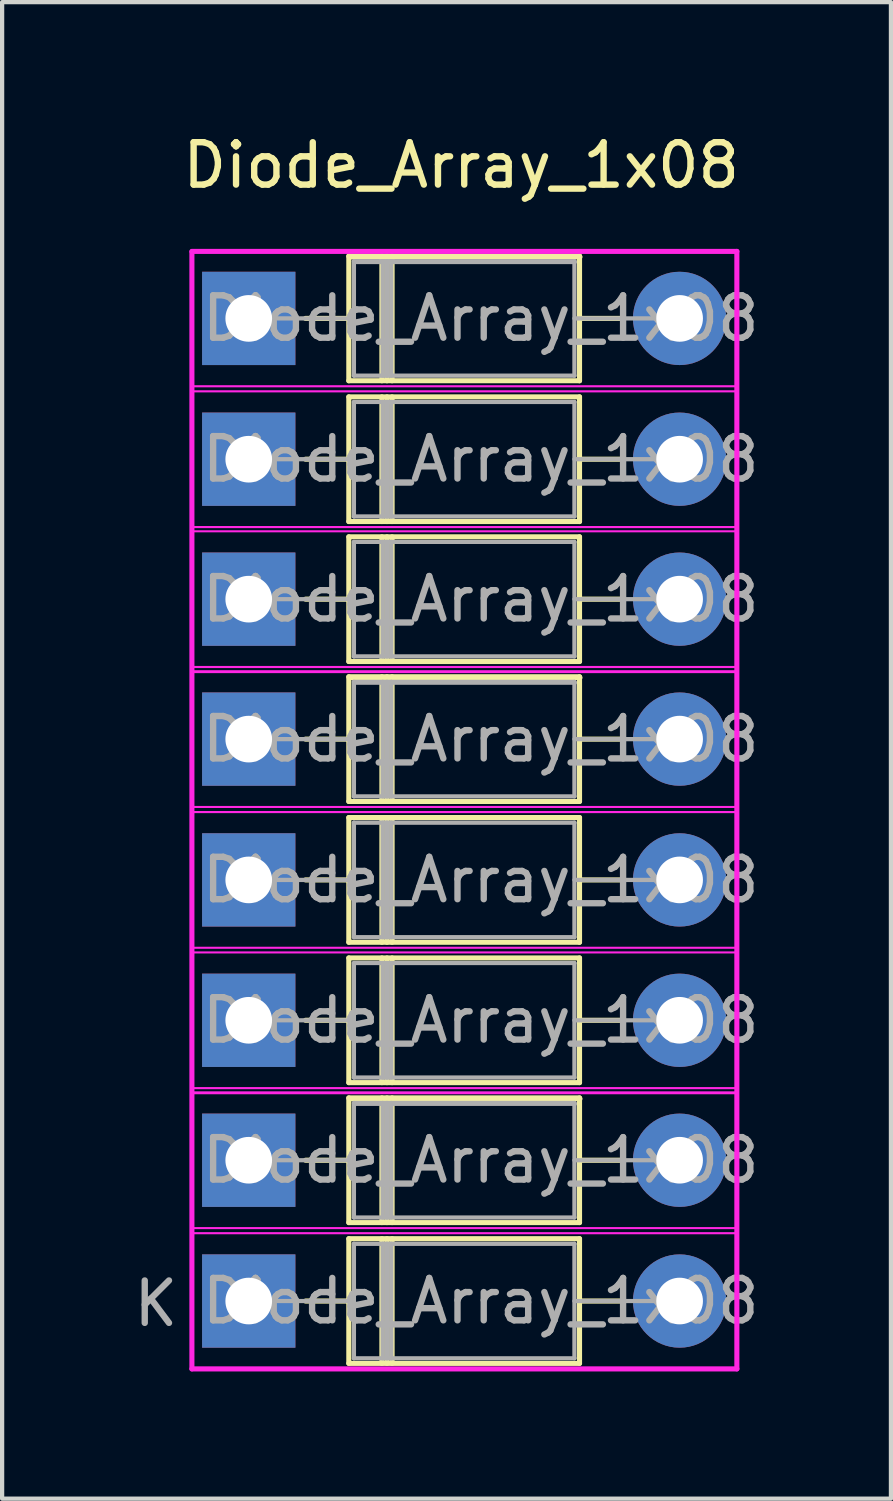
<source format=kicad_pcb>
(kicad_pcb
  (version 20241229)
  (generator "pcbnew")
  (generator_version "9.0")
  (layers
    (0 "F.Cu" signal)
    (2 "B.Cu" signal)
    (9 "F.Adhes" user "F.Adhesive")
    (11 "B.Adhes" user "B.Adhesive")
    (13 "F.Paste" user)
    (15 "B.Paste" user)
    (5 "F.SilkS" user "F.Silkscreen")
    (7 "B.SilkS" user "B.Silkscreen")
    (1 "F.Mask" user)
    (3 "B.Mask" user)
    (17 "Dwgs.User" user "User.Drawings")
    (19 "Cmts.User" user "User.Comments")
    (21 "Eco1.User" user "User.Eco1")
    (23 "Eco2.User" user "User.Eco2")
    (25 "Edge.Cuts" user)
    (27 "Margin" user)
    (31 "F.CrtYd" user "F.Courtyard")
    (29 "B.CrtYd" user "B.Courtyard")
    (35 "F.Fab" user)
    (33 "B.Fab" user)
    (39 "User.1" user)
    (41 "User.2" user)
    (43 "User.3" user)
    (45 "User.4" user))
  (footprint "Diode_Array_1x08"
    (layer "F.Cu")
    (at 7.805 14.788)
    (property "Reference" "Diode_Array_1x08" (at 0.02 -13.94 0) (layer "F.SilkS") (effects (font (size 1 1) (thickness 0.15))))
    (attr through_hole)
    (fp_line (start -3.65 -10.33) (end -2.63 -10.33) (stroke (width 0.12) (type solid)) (layer "F.SilkS"))
    (fp_line (start -3.65 -7.01) (end -2.63 -7.01) (stroke (width 0.12) (type solid)) (layer "F.SilkS"))
    (fp_line (start -3.65 -3.71) (end -2.63 -3.71) (stroke (width 0.12) (type solid)) (layer "F.SilkS"))
    (fp_line (start -3.65 -0.41) (end -2.63 -0.41) (stroke (width 0.12) (type solid)) (layer "F.SilkS"))
    (fp_line (start -3.65 2.91) (end -2.63 2.91) (stroke (width 0.12) (type solid)) (layer "F.SilkS"))
    (fp_line (start -3.65 6.22) (end -2.63 6.22) (stroke (width 0.12) (type solid)) (layer "F.SilkS"))
    (fp_line (start -3.65 9.52) (end -2.63 9.52) (stroke (width 0.12) (type solid)) (layer "F.SilkS"))
    (fp_line (start -3.65 12.84) (end -2.63 12.84) (stroke (width 0.12) (type solid)) (layer "F.SilkS"))
    (fp_line (start -2.63 -11.8) (end -2.63 -8.86) (stroke (width 0.12) (type solid)) (layer "F.SilkS"))
    (fp_line (start -2.63 -8.86) (end 2.81 -8.86) (stroke (width 0.12) (type solid)) (layer "F.SilkS"))
    (fp_line (start -2.63 -8.48) (end -2.63 -5.54) (stroke (width 0.12) (type solid)) (layer "F.SilkS"))
    (fp_line (start -2.63 -5.54) (end 2.81 -5.54) (stroke (width 0.12) (type solid)) (layer "F.SilkS"))
    (fp_line (start -2.63 -5.18) (end -2.63 -2.24) (stroke (width 0.12) (type solid)) (layer "F.SilkS"))
    (fp_line (start -2.63 -2.24) (end 2.81 -2.24) (stroke (width 0.12) (type solid)) (layer "F.SilkS"))
    (fp_line (start -2.63 -1.88) (end -2.63 1.06) (stroke (width 0.12) (type solid)) (layer "F.SilkS"))
    (fp_line (start -2.63 1.06) (end 2.81 1.06) (stroke (width 0.12) (type solid)) (layer "F.SilkS"))
    (fp_line (start -2.63 1.44) (end -2.63 4.38) (stroke (width 0.12) (type solid)) (layer "F.SilkS"))
    (fp_line (start -2.63 4.38) (end 2.81 4.38) (stroke (width 0.12) (type solid)) (layer "F.SilkS"))
    (fp_line (start -2.63 4.75) (end -2.63 7.69) (stroke (width 0.12) (type solid)) (layer "F.SilkS"))
    (fp_line (start -2.63 7.69) (end 2.81 7.69) (stroke (width 0.12) (type solid)) (layer "F.SilkS"))
    (fp_line (start -2.63 8.05) (end -2.63 10.99) (stroke (width 0.12) (type solid)) (layer "F.SilkS"))
    (fp_line (start -2.63 10.99) (end 2.81 10.99) (stroke (width 0.12) (type solid)) (layer "F.SilkS"))
    (fp_line (start -2.63 11.37) (end -2.63 14.31) (stroke (width 0.12) (type solid)) (layer "F.SilkS"))
    (fp_line (start -2.63 14.31) (end 2.81 14.31) (stroke (width 0.12) (type solid)) (layer "F.SilkS"))
    (fp_line (start -1.85 -11.8) (end -1.85 -8.86) (stroke (width 0.12) (type solid)) (layer "F.SilkS"))
    (fp_line (start -1.85 -8.48) (end -1.85 -5.54) (stroke (width 0.12) (type solid)) (layer "F.SilkS"))
    (fp_line (start -1.85 -5.18) (end -1.85 -2.24) (stroke (width 0.12) (type solid)) (layer "F.SilkS"))
    (fp_line (start -1.85 -1.88) (end -1.85 1.06) (stroke (width 0.12) (type solid)) (layer "F.SilkS"))
    (fp_line (start -1.85 1.44) (end -1.85 4.38) (stroke (width 0.12) (type solid)) (layer "F.SilkS"))
    (fp_line (start -1.85 4.75) (end -1.85 7.69) (stroke (width 0.12) (type solid)) (layer "F.SilkS"))
    (fp_line (start -1.85 8.05) (end -1.85 10.99) (stroke (width 0.12) (type solid)) (layer "F.SilkS"))
    (fp_line (start -1.85 11.37) (end -1.85 14.31) (stroke (width 0.12) (type solid)) (layer "F.SilkS"))
    (fp_line (start -1.73 -11.8) (end -1.73 -8.86) (stroke (width 0.12) (type solid)) (layer "F.SilkS"))
    (fp_line (start -1.73 -8.48) (end -1.73 -5.54) (stroke (width 0.12) (type solid)) (layer "F.SilkS"))
    (fp_line (start -1.73 -5.18) (end -1.73 -2.24) (stroke (width 0.12) (type solid)) (layer "F.SilkS"))
    (fp_line (start -1.73 -1.88) (end -1.73 1.06) (stroke (width 0.12) (type solid)) (layer "F.SilkS"))
    (fp_line (start -1.73 1.44) (end -1.73 4.38) (stroke (width 0.12) (type solid)) (layer "F.SilkS"))
    (fp_line (start -1.73 4.75) (end -1.73 7.69) (stroke (width 0.12) (type solid)) (layer "F.SilkS"))
    (fp_line (start -1.73 8.05) (end -1.73 10.99) (stroke (width 0.12) (type solid)) (layer "F.SilkS"))
    (fp_line (start -1.73 11.37) (end -1.73 14.31) (stroke (width 0.12) (type solid)) (layer "F.SilkS"))
    (fp_line (start -1.61 -11.8) (end -1.61 -8.86) (stroke (width 0.12) (type solid)) (layer "F.SilkS"))
    (fp_line (start -1.61 -8.48) (end -1.61 -5.54) (stroke (width 0.12) (type solid)) (layer "F.SilkS"))
    (fp_line (start -1.61 -5.18) (end -1.61 -2.24) (stroke (width 0.12) (type solid)) (layer "F.SilkS"))
    (fp_line (start -1.61 -1.88) (end -1.61 1.06) (stroke (width 0.12) (type solid)) (layer "F.SilkS"))
    (fp_line (start -1.61 1.44) (end -1.61 4.38) (stroke (width 0.12) (type solid)) (layer "F.SilkS"))
    (fp_line (start -1.61 4.75) (end -1.61 7.69) (stroke (width 0.12) (type solid)) (layer "F.SilkS"))
    (fp_line (start -1.61 8.05) (end -1.61 10.99) (stroke (width 0.12) (type solid)) (layer "F.SilkS"))
    (fp_line (start -1.61 11.37) (end -1.61 14.31) (stroke (width 0.12) (type solid)) (layer "F.SilkS"))
    (fp_line (start 2.81 -11.8) (end -2.63 -11.8) (stroke (width 0.12) (type solid)) (layer "F.SilkS"))
    (fp_line (start 2.81 -8.86) (end 2.81 -11.8) (stroke (width 0.12) (type solid)) (layer "F.SilkS"))
    (fp_line (start 2.81 -8.48) (end -2.63 -8.48) (stroke (width 0.12) (type solid)) (layer "F.SilkS"))
    (fp_line (start 2.81 -5.54) (end 2.81 -8.48) (stroke (width 0.12) (type solid)) (layer "F.SilkS"))
    (fp_line (start 2.81 -5.18) (end -2.63 -5.18) (stroke (width 0.12) (type solid)) (layer "F.SilkS"))
    (fp_line (start 2.81 -2.24) (end 2.81 -5.18) (stroke (width 0.12) (type solid)) (layer "F.SilkS"))
    (fp_line (start 2.81 -1.88) (end -2.63 -1.88) (stroke (width 0.12) (type solid)) (layer "F.SilkS"))
    (fp_line (start 2.81 1.06) (end 2.81 -1.88) (stroke (width 0.12) (type solid)) (layer "F.SilkS"))
    (fp_line (start 2.81 1.44) (end -2.63 1.44) (stroke (width 0.12) (type solid)) (layer "F.SilkS"))
    (fp_line (start 2.81 4.38) (end 2.81 1.44) (stroke (width 0.12) (type solid)) (layer "F.SilkS"))
    (fp_line (start 2.81 4.75) (end -2.63 4.75) (stroke (width 0.12) (type solid)) (layer "F.SilkS"))
    (fp_line (start 2.81 7.69) (end 2.81 4.75) (stroke (width 0.12) (type solid)) (layer "F.SilkS"))
    (fp_line (start 2.81 8.05) (end -2.63 8.05) (stroke (width 0.12) (type solid)) (layer "F.SilkS"))
    (fp_line (start 2.81 10.99) (end 2.81 8.05) (stroke (width 0.12) (type solid)) (layer "F.SilkS"))
    (fp_line (start 2.81 11.37) (end -2.63 11.37) (stroke (width 0.12) (type solid)) (layer "F.SilkS"))
    (fp_line (start 2.81 14.31) (end 2.81 11.37) (stroke (width 0.12) (type solid)) (layer "F.SilkS"))
    (fp_line (start 2.82 -11.78) (end -2.62 -11.78) (stroke (width 0.12) (type solid)) (layer "F.SilkS"))
    (fp_line (start 2.82 -1.86) (end -2.62 -1.86) (stroke (width 0.12) (type solid)) (layer "F.SilkS"))
    (fp_line (start 2.82 8.07) (end -2.62 8.07) (stroke (width 0.12) (type solid)) (layer "F.SilkS"))
    (fp_line (start 3.83 -10.33) (end 2.81 -10.33) (stroke (width 0.12) (type solid)) (layer "F.SilkS"))
    (fp_line (start 3.83 -7.01) (end 2.81 -7.01) (stroke (width 0.12) (type solid)) (layer "F.SilkS"))
    (fp_line (start 3.83 -3.71) (end 2.81 -3.71) (stroke (width 0.12) (type solid)) (layer "F.SilkS"))
    (fp_line (start 3.83 -0.41) (end 2.81 -0.41) (stroke (width 0.12) (type solid)) (layer "F.SilkS"))
    (fp_line (start 3.83 2.91) (end 2.81 2.91) (stroke (width 0.12) (type solid)) (layer "F.SilkS"))
    (fp_line (start 3.83 6.22) (end 2.81 6.22) (stroke (width 0.12) (type solid)) (layer "F.SilkS"))
    (fp_line (start 3.83 9.52) (end 2.81 9.52) (stroke (width 0.12) (type solid)) (layer "F.SilkS"))
    (fp_line (start 3.83 12.84) (end 2.81 12.84) (stroke (width 0.12) (type solid)) (layer "F.SilkS"))
    (fp_line (start -6.34 -11.93) (end -6.34 -8.73) (stroke (width 0.05) (type solid)) (layer "F.CrtYd"))
    (fp_line (start -6.34 -8.73) (end 6.52 -8.73) (stroke (width 0.05) (type solid)) (layer "F.CrtYd"))
    (fp_line (start -6.34 -8.61) (end -6.34 -5.41) (stroke (width 0.05) (type solid)) (layer "F.CrtYd"))
    (fp_line (start -6.34 -5.41) (end 6.52 -5.41) (stroke (width 0.05) (type solid)) (layer "F.CrtYd"))
    (fp_line (start -6.34 -5.31) (end -6.34 -2.11) (stroke (width 0.05) (type solid)) (layer "F.CrtYd"))
    (fp_line (start -6.34 -2.11) (end 6.52 -2.11) (stroke (width 0.05) (type solid)) (layer "F.CrtYd"))
    (fp_line (start -6.34 -2.01) (end -6.34 1.19) (stroke (width 0.05) (type solid)) (layer "F.CrtYd"))
    (fp_line (start -6.34 1.19) (end 6.52 1.19) (stroke (width 0.05) (type solid)) (layer "F.CrtYd"))
    (fp_line (start -6.34 1.31) (end -6.34 4.51) (stroke (width 0.05) (type solid)) (layer "F.CrtYd"))
    (fp_line (start -6.34 4.51) (end 6.52 4.51) (stroke (width 0.05) (type solid)) (layer "F.CrtYd"))
    (fp_line (start -6.34 4.62) (end -6.34 7.82) (stroke (width 0.05) (type solid)) (layer "F.CrtYd"))
    (fp_line (start -6.34 7.82) (end 6.52 7.82) (stroke (width 0.05) (type solid)) (layer "F.CrtYd"))
    (fp_line (start -6.34 7.92) (end -6.34 11.12) (stroke (width 0.05) (type solid)) (layer "F.CrtYd"))
    (fp_line (start -6.34 11.12) (end 6.52 11.12) (stroke (width 0.05) (type solid)) (layer "F.CrtYd"))
    (fp_line (start -6.34 11.24) (end -6.34 14.44) (stroke (width 0.05) (type solid)) (layer "F.CrtYd"))
    (fp_line (start -6.34 14.44) (end 6.52 14.44) (stroke (width 0.05) (type solid)) (layer "F.CrtYd"))
    (fp_line (start -6.33 -11.91) (end 6.52 -11.91) (stroke (width 0.12) (type solid)) (layer "F.CrtYd"))
    (fp_line (start -6.33 14.44) (end -6.33 -11.9) (stroke (width 0.12) (type solid)) (layer "F.CrtYd"))
    (fp_line (start 6.52 -11.93) (end -6.34 -11.93) (stroke (width 0.05) (type solid)) (layer "F.CrtYd"))
    (fp_line (start 6.52 -11.91) (end 6.52 14.44) (stroke (width 0.12) (type solid)) (layer "F.CrtYd"))
    (fp_line (start 6.52 -8.73) (end 6.52 -11.93) (stroke (width 0.05) (type solid)) (layer "F.CrtYd"))
    (fp_line (start 6.52 -8.61) (end -6.34 -8.61) (stroke (width 0.05) (type solid)) (layer "F.CrtYd"))
    (fp_line (start 6.52 -5.41) (end 6.52 -8.61) (stroke (width 0.05) (type solid)) (layer "F.CrtYd"))
    (fp_line (start 6.52 -5.31) (end -6.34 -5.31) (stroke (width 0.05) (type solid)) (layer "F.CrtYd"))
    (fp_line (start 6.52 -2.11) (end 6.52 -5.31) (stroke (width 0.05) (type solid)) (layer "F.CrtYd"))
    (fp_line (start 6.52 -2.01) (end -6.34 -2.01) (stroke (width 0.05) (type solid)) (layer "F.CrtYd"))
    (fp_line (start 6.52 1.19) (end 6.52 -2.01) (stroke (width 0.05) (type solid)) (layer "F.CrtYd"))
    (fp_line (start 6.52 1.31) (end -6.34 1.31) (stroke (width 0.05) (type solid)) (layer "F.CrtYd"))
    (fp_line (start 6.52 4.51) (end 6.52 1.31) (stroke (width 0.05) (type solid)) (layer "F.CrtYd"))
    (fp_line (start 6.52 4.62) (end -6.34 4.62) (stroke (width 0.05) (type solid)) (layer "F.CrtYd"))
    (fp_line (start 6.52 7.82) (end 6.52 4.62) (stroke (width 0.05) (type solid)) (layer "F.CrtYd"))
    (fp_line (start 6.52 7.92) (end -6.34 7.92) (stroke (width 0.05) (type solid)) (layer "F.CrtYd"))
    (fp_line (start 6.52 11.12) (end 6.52 7.92) (stroke (width 0.05) (type solid)) (layer "F.CrtYd"))
    (fp_line (start 6.52 11.24) (end -6.34 11.24) (stroke (width 0.05) (type solid)) (layer "F.CrtYd"))
    (fp_line (start 6.52 14.44) (end -6.33 14.44) (stroke (width 0.12) (type solid)) (layer "F.CrtYd"))
    (fp_line (start 6.52 14.44) (end 6.52 11.24) (stroke (width 0.05) (type solid)) (layer "F.CrtYd"))
    (fp_line (start 6.53 -11.91) (end -6.33 -11.91) (stroke (width 0.05) (type solid)) (layer "F.CrtYd"))
    (fp_line (start 6.53 -1.99) (end -6.33 -1.99) (stroke (width 0.05) (type solid)) (layer "F.CrtYd"))
    (fp_line (start 6.53 7.94) (end -6.33 7.94) (stroke (width 0.05) (type solid)) (layer "F.CrtYd"))
    (fp_line (start -4.99 -10.33) (end -2.51 -10.33) (stroke (width 0.1) (type solid)) (layer "F.Fab"))
    (fp_line (start -4.99 -7.01) (end -2.51 -7.01) (stroke (width 0.1) (type solid)) (layer "F.Fab"))
    (fp_line (start -4.99 -3.71) (end -2.51 -3.71) (stroke (width 0.1) (type solid)) (layer "F.Fab"))
    (fp_line (start -4.99 -0.41) (end -2.51 -0.41) (stroke (width 0.1) (type solid)) (layer "F.Fab"))
    (fp_line (start -4.99 2.91) (end -2.51 2.91) (stroke (width 0.1) (type solid)) (layer "F.Fab"))
    (fp_line (start -4.99 6.22) (end -2.51 6.22) (stroke (width 0.1) (type solid)) (layer "F.Fab"))
    (fp_line (start -4.99 9.52) (end -2.51 9.52) (stroke (width 0.1) (type solid)) (layer "F.Fab"))
    (fp_line (start -4.99 12.84) (end -2.51 12.84) (stroke (width 0.1) (type solid)) (layer "F.Fab"))
    (fp_line (start -2.51 -11.68) (end -2.51 -8.98) (stroke (width 0.1) (type solid)) (layer "F.Fab"))
    (fp_line (start -2.51 -8.98) (end 2.69 -8.98) (stroke (width 0.1) (type solid)) (layer "F.Fab"))
    (fp_line (start -2.51 -8.36) (end -2.51 -5.66) (stroke (width 0.1) (type solid)) (layer "F.Fab"))
    (fp_line (start -2.51 -5.66) (end 2.69 -5.66) (stroke (width 0.1) (type solid)) (layer "F.Fab"))
    (fp_line (start -2.51 -5.06) (end -2.51 -2.36) (stroke (width 0.1) (type solid)) (layer "F.Fab"))
    (fp_line (start -2.51 -2.36) (end 2.69 -2.36) (stroke (width 0.1) (type solid)) (layer "F.Fab"))
    (fp_line (start -2.51 -1.76) (end -2.51 0.94) (stroke (width 0.1) (type solid)) (layer "F.Fab"))
    (fp_line (start -2.51 0.94) (end 2.69 0.94) (stroke (width 0.1) (type solid)) (layer "F.Fab"))
    (fp_line (start -2.51 1.56) (end -2.51 4.26) (stroke (width 0.1) (type solid)) (layer "F.Fab"))
    (fp_line (start -2.51 4.26) (end 2.69 4.26) (stroke (width 0.1) (type solid)) (layer "F.Fab"))
    (fp_line (start -2.51 4.87) (end -2.51 7.57) (stroke (width 0.1) (type solid)) (layer "F.Fab"))
    (fp_line (start -2.51 7.57) (end 2.69 7.57) (stroke (width 0.1) (type solid)) (layer "F.Fab"))
    (fp_line (start -2.51 8.17) (end -2.51 10.87) (stroke (width 0.1) (type solid)) (layer "F.Fab"))
    (fp_line (start -2.51 10.87) (end 2.69 10.87) (stroke (width 0.1) (type solid)) (layer "F.Fab"))
    (fp_line (start -2.51 11.49) (end -2.51 14.19) (stroke (width 0.1) (type solid)) (layer "F.Fab"))
    (fp_line (start -2.51 14.19) (end 2.69 14.19) (stroke (width 0.1) (type solid)) (layer "F.Fab"))
    (fp_line (start -1.83 -11.68) (end -1.83 -8.98) (stroke (width 0.1) (type solid)) (layer "F.Fab"))
    (fp_line (start -1.83 -8.36) (end -1.83 -5.66) (stroke (width 0.1) (type solid)) (layer "F.Fab"))
    (fp_line (start -1.83 -5.06) (end -1.83 -2.36) (stroke (width 0.1) (type solid)) (layer "F.Fab"))
    (fp_line (start -1.83 -1.76) (end -1.83 0.94) (stroke (width 0.1) (type solid)) (layer "F.Fab"))
    (fp_line (start -1.83 1.56) (end -1.83 4.26) (stroke (width 0.1) (type solid)) (layer "F.Fab"))
    (fp_line (start -1.83 4.87) (end -1.83 7.57) (stroke (width 0.1) (type solid)) (layer "F.Fab"))
    (fp_line (start -1.83 8.17) (end -1.83 10.87) (stroke (width 0.1) (type solid)) (layer "F.Fab"))
    (fp_line (start -1.83 11.49) (end -1.83 14.19) (stroke (width 0.1) (type solid)) (layer "F.Fab"))
    (fp_line (start -1.73 -11.68) (end -1.73 -8.98) (stroke (width 0.1) (type solid)) (layer "F.Fab"))
    (fp_line (start -1.73 -8.36) (end -1.73 -5.66) (stroke (width 0.1) (type solid)) (layer "F.Fab"))
    (fp_line (start -1.73 -5.06) (end -1.73 -2.36) (stroke (width 0.1) (type solid)) (layer "F.Fab"))
    (fp_line (start -1.73 -1.76) (end -1.73 0.94) (stroke (width 0.1) (type solid)) (layer "F.Fab"))
    (fp_line (start -1.73 1.56) (end -1.73 4.26) (stroke (width 0.1) (type solid)) (layer "F.Fab"))
    (fp_line (start -1.73 4.87) (end -1.73 7.57) (stroke (width 0.1) (type solid)) (layer "F.Fab"))
    (fp_line (start -1.73 8.17) (end -1.73 10.87) (stroke (width 0.1) (type solid)) (layer "F.Fab"))
    (fp_line (start -1.73 11.49) (end -1.73 14.19) (stroke (width 0.1) (type solid)) (layer "F.Fab"))
    (fp_line (start -1.63 -11.68) (end -1.63 -8.98) (stroke (width 0.1) (type solid)) (layer "F.Fab"))
    (fp_line (start -1.63 -8.36) (end -1.63 -5.66) (stroke (width 0.1) (type solid)) (layer "F.Fab"))
    (fp_line (start -1.63 -5.06) (end -1.63 -2.36) (stroke (width 0.1) (type solid)) (layer "F.Fab"))
    (fp_line (start -1.63 -1.76) (end -1.63 0.94) (stroke (width 0.1) (type solid)) (layer "F.Fab"))
    (fp_line (start -1.63 1.56) (end -1.63 4.26) (stroke (width 0.1) (type solid)) (layer "F.Fab"))
    (fp_line (start -1.63 4.87) (end -1.63 7.57) (stroke (width 0.1) (type solid)) (layer "F.Fab"))
    (fp_line (start -1.63 8.17) (end -1.63 10.87) (stroke (width 0.1) (type solid)) (layer "F.Fab"))
    (fp_line (start -1.63 11.49) (end -1.63 14.19) (stroke (width 0.1) (type solid)) (layer "F.Fab"))
    (fp_line (start 2.69 -11.68) (end -2.51 -11.68) (stroke (width 0.1) (type solid)) (layer "F.Fab"))
    (fp_line (start 2.69 -8.98) (end 2.69 -11.68) (stroke (width 0.1) (type solid)) (layer "F.Fab"))
    (fp_line (start 2.69 -8.36) (end -2.51 -8.36) (stroke (width 0.1) (type solid)) (layer "F.Fab"))
    (fp_line (start 2.69 -5.66) (end 2.69 -8.36) (stroke (width 0.1) (type solid)) (layer "F.Fab"))
    (fp_line (start 2.69 -5.06) (end -2.51 -5.06) (stroke (width 0.1) (type solid)) (layer "F.Fab"))
    (fp_line (start 2.69 -2.36) (end 2.69 -5.06) (stroke (width 0.1) (type solid)) (layer "F.Fab"))
    (fp_line (start 2.69 -1.76) (end -2.51 -1.76) (stroke (width 0.1) (type solid)) (layer "F.Fab"))
    (fp_line (start 2.69 0.94) (end 2.69 -1.76) (stroke (width 0.1) (type solid)) (layer "F.Fab"))
    (fp_line (start 2.69 1.56) (end -2.51 1.56) (stroke (width 0.1) (type solid)) (layer "F.Fab"))
    (fp_line (start 2.69 4.26) (end 2.69 1.56) (stroke (width 0.1) (type solid)) (layer "F.Fab"))
    (fp_line (start 2.69 4.87) (end -2.51 4.87) (stroke (width 0.1) (type solid)) (layer "F.Fab"))
    (fp_line (start 2.69 7.57) (end 2.69 4.87) (stroke (width 0.1) (type solid)) (layer "F.Fab"))
    (fp_line (start 2.69 8.17) (end -2.51 8.17) (stroke (width 0.1) (type solid)) (layer "F.Fab"))
    (fp_line (start 2.69 10.87) (end 2.69 8.17) (stroke (width 0.1) (type solid)) (layer "F.Fab"))
    (fp_line (start 2.69 11.49) (end -2.51 11.49) (stroke (width 0.1) (type solid)) (layer "F.Fab"))
    (fp_line (start 2.69 14.19) (end 2.69 11.49) (stroke (width 0.1) (type solid)) (layer "F.Fab"))
    (fp_line (start 2.7 -11.66) (end -2.5 -11.66) (stroke (width 0.1) (type solid)) (layer "F.Fab"))
    (fp_line (start 2.7 -1.74) (end -2.5 -1.74) (stroke (width 0.1) (type solid)) (layer "F.Fab"))
    (fp_line (start 2.7 8.19) (end -2.5 8.19) (stroke (width 0.1) (type solid)) (layer "F.Fab"))
    (fp_line (start 5.17 -10.33) (end 2.69 -10.33) (stroke (width 0.1) (type solid)) (layer "F.Fab"))
    (fp_line (start 5.17 -7.01) (end 2.69 -7.01) (stroke (width 0.1) (type solid)) (layer "F.Fab"))
    (fp_line (start 5.17 -3.71) (end 2.69 -3.71) (stroke (width 0.1) (type solid)) (layer "F.Fab"))
    (fp_line (start 5.17 -0.41) (end 2.69 -0.41) (stroke (width 0.1) (type solid)) (layer "F.Fab"))
    (fp_line (start 5.17 2.91) (end 2.69 2.91) (stroke (width 0.1) (type solid)) (layer "F.Fab"))
    (fp_line (start 5.17 6.22) (end 2.69 6.22) (stroke (width 0.1) (type solid)) (layer "F.Fab"))
    (fp_line (start 5.17 9.52) (end 2.69 9.52) (stroke (width 0.1) (type solid)) (layer "F.Fab"))
    (fp_line (start 5.17 12.84) (end 2.69 12.84) (stroke (width 0.1) (type solid)) (layer "F.Fab"))
    (fp_text user "${REFERENCE}" (at 0.48 2.91 0) (layer "F.Fab") (effects (font (size 1 1) (thickness 0.15))))
    (fp_text user "${REFERENCE}" (at 0.48 -10.33 0) (layer "F.Fab") (effects (font (size 1 1) (thickness 0.15))))
    (fp_text user "${REFERENCE}" (at 0.48 -3.71 0) (layer "F.Fab") (effects (font (size 1 1) (thickness 0.15))))
    (fp_text user "${REFERENCE}" (at 0.48 -7.01 0) (layer "F.Fab") (effects (font (size 1 1) (thickness 0.15))))
    (fp_text user "${REFERENCE}" (at 0.48 6.22 0) (layer "F.Fab") (effects (font (size 1 1) (thickness 0.15))))
    (fp_text user "${REFERENCE}" (at 0.48 -0.41 0) (layer "F.Fab") (effects (font (size 1 1) (thickness 0.15))))
    (fp_text user "${REFERENCE}" (at 0.48 12.84 0) (layer "F.Fab") (effects (font (size 1 1) (thickness 0.15))))
    (fp_text user "K" (at -7.18 12.9 0) (layer "F.Fab") (effects (font (size 1 1) (thickness 0.15))))
    (fp_text user "${REFERENCE}" (at 0.48 9.52 0) (layer "F.Fab") (effects (font (size 1 1) (thickness 0.15))))
    (pad "1" thru_hole rect (at -4.99 12.84) (size 2.2 2.2) (drill 1.1) (layers "*.Cu" "*.Mask"))
    (pad "2" thru_hole oval (at 5.17 12.84) (size 2.2 2.2) (drill 1.1) (layers "*.Cu" "*.Mask"))
    (pad "3" thru_hole rect (at -4.99 9.52) (size 2.2 2.2) (drill 1.1) (layers "*.Cu" "*.Mask"))
    (pad "4" thru_hole oval (at 5.17 9.52) (size 2.2 2.2) (drill 1.1) (layers "*.Cu" "*.Mask"))
    (pad "5" thru_hole rect (at -4.99 6.22) (size 2.2 2.2) (drill 1.1) (layers "*.Cu" "*.Mask"))
    (pad "6" thru_hole oval (at 5.17 6.22) (size 2.2 2.2) (drill 1.1) (layers "*.Cu" "*.Mask"))
    (pad "7" thru_hole rect (at -4.99 2.91) (size 2.2 2.2) (drill 1.1) (layers "*.Cu" "*.Mask"))
    (pad "8" thru_hole oval (at 5.17 2.91) (size 2.2 2.2) (drill 1.1) (layers "*.Cu" "*.Mask"))
    (pad "9" thru_hole rect (at -4.99 -0.41) (size 2.2 2.2) (drill 1.1) (layers "*.Cu" "*.Mask"))
    (pad "10" thru_hole oval (at 5.17 -0.41) (size 2.2 2.2) (drill 1.1) (layers "*.Cu" "*.Mask"))
    (pad "11" thru_hole rect (at -4.99 -3.71) (size 2.2 2.2) (drill 1.1) (layers "*.Cu" "*.Mask"))
    (pad "12" thru_hole oval (at 5.17 -3.71) (size 2.2 2.2) (drill 1.1) (layers "*.Cu" "*.Mask"))
    (pad "13" thru_hole rect (at -4.99 -7.01) (size 2.2 2.2) (drill 1.1) (layers "*.Cu" "*.Mask"))
    (pad "14" thru_hole oval (at 5.17 -7.01) (size 2.2 2.2) (drill 1.1) (layers "*.Cu" "*.Mask"))
    (pad "15" thru_hole rect (at -4.99 -10.33) (size 2.2 2.2) (drill 1.1) (layers "*.Cu" "*.Mask"))
    (pad "16" thru_hole oval (at 5.17 -10.33) (size 2.2 2.2) (drill 1.1) (layers "*.Cu" "*.Mask")))
  (gr_rect
    (start -3 -3)
    (end 17.958 32.288)
    (stroke (width 0.1) (type default))
    (fill no)
    (layer "Edge.Cuts")))
</source>
